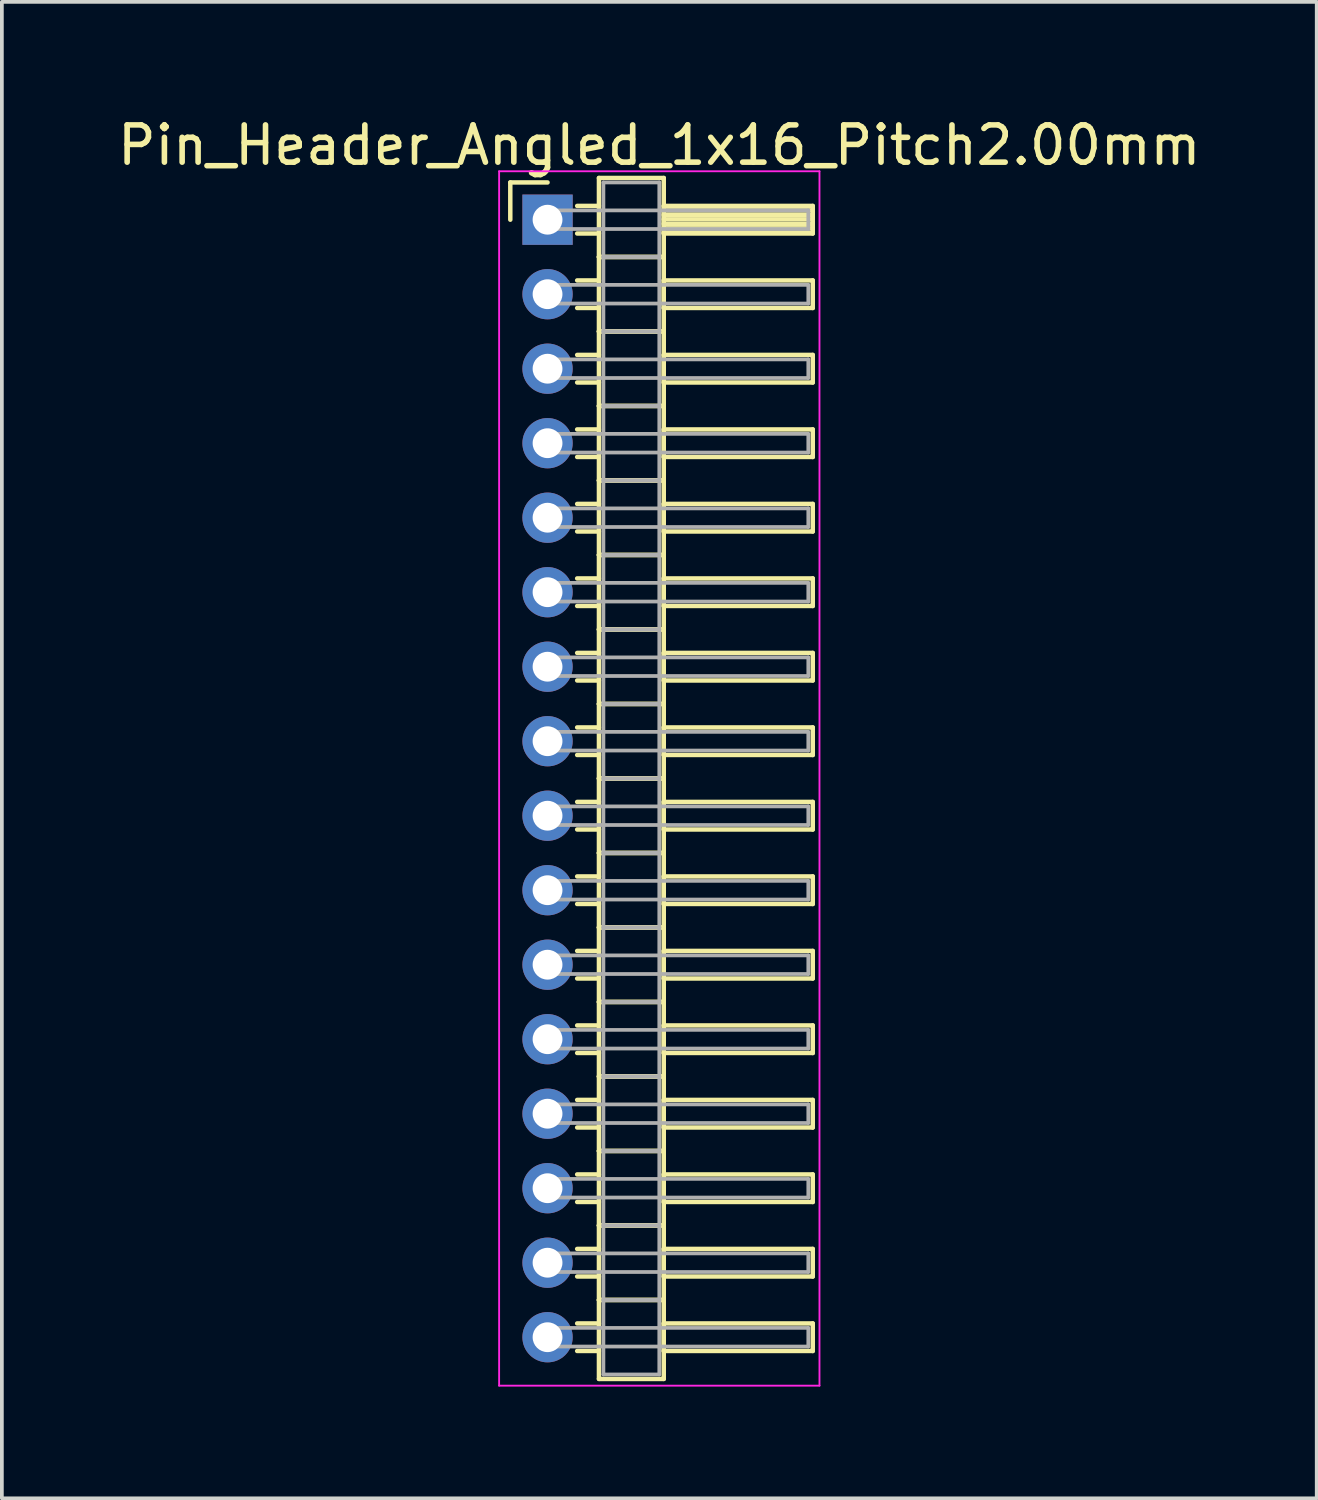
<source format=kicad_pcb>
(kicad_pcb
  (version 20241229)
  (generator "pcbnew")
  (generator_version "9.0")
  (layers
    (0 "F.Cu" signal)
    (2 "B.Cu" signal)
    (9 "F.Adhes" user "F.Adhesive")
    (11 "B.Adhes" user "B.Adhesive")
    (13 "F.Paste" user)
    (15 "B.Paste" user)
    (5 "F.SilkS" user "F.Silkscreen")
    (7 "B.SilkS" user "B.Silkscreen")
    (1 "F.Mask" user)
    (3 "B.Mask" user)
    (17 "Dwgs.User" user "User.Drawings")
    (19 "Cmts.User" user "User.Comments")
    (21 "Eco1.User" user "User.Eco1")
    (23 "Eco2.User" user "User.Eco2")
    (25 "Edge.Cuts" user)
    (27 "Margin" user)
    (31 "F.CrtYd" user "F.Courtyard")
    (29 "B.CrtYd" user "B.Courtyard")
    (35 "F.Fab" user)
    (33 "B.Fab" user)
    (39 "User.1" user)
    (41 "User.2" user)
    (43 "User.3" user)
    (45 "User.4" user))
  (footprint "Pin_Header_Angled_1x16_Pitch2.00mm"
    (layer "F.Cu")
    (at 11.649 2.848)
    (property "Reference" "Pin_Header_Angled_1x16_Pitch2.00mm" (at 3 -2 0) (layer "F.SilkS") (effects (font (size 1 1) (thickness 0.15))))
    (attr through_hole)
    (fp_line (start -1 -1) (end 0 -1) (stroke (width 0.12) (type solid)) (layer "F.SilkS"))
    (fp_line (start -1 0) (end -1 -1) (stroke (width 0.12) (type solid)) (layer "F.SilkS"))
    (fp_line (start 0.795 -0.37) (end 1.38 -0.37) (stroke (width 0.12) (type solid)) (layer "F.SilkS"))
    (fp_line (start 0.795 0.37) (end 1.38 0.37) (stroke (width 0.12) (type solid)) (layer "F.SilkS"))
    (fp_line (start 0.795 1.63) (end 1.38 1.63) (stroke (width 0.12) (type solid)) (layer "F.SilkS"))
    (fp_line (start 0.795 2.37) (end 1.38 2.37) (stroke (width 0.12) (type solid)) (layer "F.SilkS"))
    (fp_line (start 0.795 3.63) (end 1.38 3.63) (stroke (width 0.12) (type solid)) (layer "F.SilkS"))
    (fp_line (start 0.795 4.37) (end 1.38 4.37) (stroke (width 0.12) (type solid)) (layer "F.SilkS"))
    (fp_line (start 0.795 5.63) (end 1.38 5.63) (stroke (width 0.12) (type solid)) (layer "F.SilkS"))
    (fp_line (start 0.795 6.37) (end 1.38 6.37) (stroke (width 0.12) (type solid)) (layer "F.SilkS"))
    (fp_line (start 0.795 7.63) (end 1.38 7.63) (stroke (width 0.12) (type solid)) (layer "F.SilkS"))
    (fp_line (start 0.795 8.37) (end 1.38 8.37) (stroke (width 0.12) (type solid)) (layer "F.SilkS"))
    (fp_line (start 0.795 9.63) (end 1.38 9.63) (stroke (width 0.12) (type solid)) (layer "F.SilkS"))
    (fp_line (start 0.795 10.37) (end 1.38 10.37) (stroke (width 0.12) (type solid)) (layer "F.SilkS"))
    (fp_line (start 0.795 11.63) (end 1.38 11.63) (stroke (width 0.12) (type solid)) (layer "F.SilkS"))
    (fp_line (start 0.795 12.37) (end 1.38 12.37) (stroke (width 0.12) (type solid)) (layer "F.SilkS"))
    (fp_line (start 0.795 13.63) (end 1.38 13.63) (stroke (width 0.12) (type solid)) (layer "F.SilkS"))
    (fp_line (start 0.795 14.37) (end 1.38 14.37) (stroke (width 0.12) (type solid)) (layer "F.SilkS"))
    (fp_line (start 0.795 15.63) (end 1.38 15.63) (stroke (width 0.12) (type solid)) (layer "F.SilkS"))
    (fp_line (start 0.795 16.37) (end 1.38 16.37) (stroke (width 0.12) (type solid)) (layer "F.SilkS"))
    (fp_line (start 0.795 17.63) (end 1.38 17.63) (stroke (width 0.12) (type solid)) (layer "F.SilkS"))
    (fp_line (start 0.795 18.37) (end 1.38 18.37) (stroke (width 0.12) (type solid)) (layer "F.SilkS"))
    (fp_line (start 0.795 19.63) (end 1.38 19.63) (stroke (width 0.12) (type solid)) (layer "F.SilkS"))
    (fp_line (start 0.795 20.37) (end 1.38 20.37) (stroke (width 0.12) (type solid)) (layer "F.SilkS"))
    (fp_line (start 0.795 21.63) (end 1.38 21.63) (stroke (width 0.12) (type solid)) (layer "F.SilkS"))
    (fp_line (start 0.795 22.37) (end 1.38 22.37) (stroke (width 0.12) (type solid)) (layer "F.SilkS"))
    (fp_line (start 0.795 23.63) (end 1.38 23.63) (stroke (width 0.12) (type solid)) (layer "F.SilkS"))
    (fp_line (start 0.795 24.37) (end 1.38 24.37) (stroke (width 0.12) (type solid)) (layer "F.SilkS"))
    (fp_line (start 0.795 25.63) (end 1.38 25.63) (stroke (width 0.12) (type solid)) (layer "F.SilkS"))
    (fp_line (start 0.795 26.37) (end 1.38 26.37) (stroke (width 0.12) (type solid)) (layer "F.SilkS"))
    (fp_line (start 0.795 27.63) (end 1.38 27.63) (stroke (width 0.12) (type solid)) (layer "F.SilkS"))
    (fp_line (start 0.795 28.37) (end 1.38 28.37) (stroke (width 0.12) (type solid)) (layer "F.SilkS"))
    (fp_line (start 0.795 29.63) (end 1.38 29.63) (stroke (width 0.12) (type solid)) (layer "F.SilkS"))
    (fp_line (start 0.795 30.37) (end 1.38 30.37) (stroke (width 0.12) (type solid)) (layer "F.SilkS"))
    (fp_line (start 1.38 -1.12) (end 1.38 1) (stroke (width 0.12) (type solid)) (layer "F.SilkS"))
    (fp_line (start 1.38 1) (end 1.38 3) (stroke (width 0.12) (type solid)) (layer "F.SilkS"))
    (fp_line (start 1.38 1) (end 3.12 1) (stroke (width 0.12) (type solid)) (layer "F.SilkS"))
    (fp_line (start 1.38 3) (end 1.38 5) (stroke (width 0.12) (type solid)) (layer "F.SilkS"))
    (fp_line (start 1.38 3) (end 3.12 3) (stroke (width 0.12) (type solid)) (layer "F.SilkS"))
    (fp_line (start 1.38 5) (end 1.38 7) (stroke (width 0.12) (type solid)) (layer "F.SilkS"))
    (fp_line (start 1.38 5) (end 3.12 5) (stroke (width 0.12) (type solid)) (layer "F.SilkS"))
    (fp_line (start 1.38 7) (end 1.38 9) (stroke (width 0.12) (type solid)) (layer "F.SilkS"))
    (fp_line (start 1.38 7) (end 3.12 7) (stroke (width 0.12) (type solid)) (layer "F.SilkS"))
    (fp_line (start 1.38 9) (end 1.38 11) (stroke (width 0.12) (type solid)) (layer "F.SilkS"))
    (fp_line (start 1.38 9) (end 3.12 9) (stroke (width 0.12) (type solid)) (layer "F.SilkS"))
    (fp_line (start 1.38 11) (end 1.38 13) (stroke (width 0.12) (type solid)) (layer "F.SilkS"))
    (fp_line (start 1.38 11) (end 3.12 11) (stroke (width 0.12) (type solid)) (layer "F.SilkS"))
    (fp_line (start 1.38 13) (end 1.38 15) (stroke (width 0.12) (type solid)) (layer "F.SilkS"))
    (fp_line (start 1.38 13) (end 3.12 13) (stroke (width 0.12) (type solid)) (layer "F.SilkS"))
    (fp_line (start 1.38 15) (end 1.38 17) (stroke (width 0.12) (type solid)) (layer "F.SilkS"))
    (fp_line (start 1.38 15) (end 3.12 15) (stroke (width 0.12) (type solid)) (layer "F.SilkS"))
    (fp_line (start 1.38 17) (end 1.38 19) (stroke (width 0.12) (type solid)) (layer "F.SilkS"))
    (fp_line (start 1.38 17) (end 3.12 17) (stroke (width 0.12) (type solid)) (layer "F.SilkS"))
    (fp_line (start 1.38 19) (end 1.38 21) (stroke (width 0.12) (type solid)) (layer "F.SilkS"))
    (fp_line (start 1.38 19) (end 3.12 19) (stroke (width 0.12) (type solid)) (layer "F.SilkS"))
    (fp_line (start 1.38 21) (end 1.38 23) (stroke (width 0.12) (type solid)) (layer "F.SilkS"))
    (fp_line (start 1.38 21) (end 3.12 21) (stroke (width 0.12) (type solid)) (layer "F.SilkS"))
    (fp_line (start 1.38 23) (end 1.38 25) (stroke (width 0.12) (type solid)) (layer "F.SilkS"))
    (fp_line (start 1.38 23) (end 3.12 23) (stroke (width 0.12) (type solid)) (layer "F.SilkS"))
    (fp_line (start 1.38 25) (end 1.38 27) (stroke (width 0.12) (type solid)) (layer "F.SilkS"))
    (fp_line (start 1.38 25) (end 3.12 25) (stroke (width 0.12) (type solid)) (layer "F.SilkS"))
    (fp_line (start 1.38 27) (end 1.38 29) (stroke (width 0.12) (type solid)) (layer "F.SilkS"))
    (fp_line (start 1.38 27) (end 3.12 27) (stroke (width 0.12) (type solid)) (layer "F.SilkS"))
    (fp_line (start 1.38 29) (end 1.38 31.12) (stroke (width 0.12) (type solid)) (layer "F.SilkS"))
    (fp_line (start 1.38 29) (end 3.12 29) (stroke (width 0.12) (type solid)) (layer "F.SilkS"))
    (fp_line (start 1.38 31.12) (end 3.12 31.12) (stroke (width 0.12) (type solid)) (layer "F.SilkS"))
    (fp_line (start 3.12 -1.12) (end 1.38 -1.12) (stroke (width 0.12) (type solid)) (layer "F.SilkS"))
    (fp_line (start 3.12 -0.37) (end 3.12 0.37) (stroke (width 0.12) (type solid)) (layer "F.SilkS"))
    (fp_line (start 3.12 -0.25) (end 7.12 -0.25) (stroke (width 0.12) (type solid)) (layer "F.SilkS"))
    (fp_line (start 3.12 -0.13) (end 7.12 -0.13) (stroke (width 0.12) (type solid)) (layer "F.SilkS"))
    (fp_line (start 3.12 -0.01) (end 7.12 -0.01) (stroke (width 0.12) (type solid)) (layer "F.SilkS"))
    (fp_line (start 3.12 0.11) (end 7.12 0.11) (stroke (width 0.12) (type solid)) (layer "F.SilkS"))
    (fp_line (start 3.12 0.23) (end 7.12 0.23) (stroke (width 0.12) (type solid)) (layer "F.SilkS"))
    (fp_line (start 3.12 0.35) (end 7.12 0.35) (stroke (width 0.12) (type solid)) (layer "F.SilkS"))
    (fp_line (start 3.12 0.37) (end 7.12 0.37) (stroke (width 0.12) (type solid)) (layer "F.SilkS"))
    (fp_line (start 3.12 1) (end 1.38 1) (stroke (width 0.12) (type solid)) (layer "F.SilkS"))
    (fp_line (start 3.12 1) (end 3.12 -1.12) (stroke (width 0.12) (type solid)) (layer "F.SilkS"))
    (fp_line (start 3.12 1.63) (end 3.12 2.37) (stroke (width 0.12) (type solid)) (layer "F.SilkS"))
    (fp_line (start 3.12 2.37) (end 7.12 2.37) (stroke (width 0.12) (type solid)) (layer "F.SilkS"))
    (fp_line (start 3.12 3) (end 1.38 3) (stroke (width 0.12) (type solid)) (layer "F.SilkS"))
    (fp_line (start 3.12 3) (end 3.12 1) (stroke (width 0.12) (type solid)) (layer "F.SilkS"))
    (fp_line (start 3.12 3.63) (end 3.12 4.37) (stroke (width 0.12) (type solid)) (layer "F.SilkS"))
    (fp_line (start 3.12 4.37) (end 7.12 4.37) (stroke (width 0.12) (type solid)) (layer "F.SilkS"))
    (fp_line (start 3.12 5) (end 1.38 5) (stroke (width 0.12) (type solid)) (layer "F.SilkS"))
    (fp_line (start 3.12 5) (end 3.12 3) (stroke (width 0.12) (type solid)) (layer "F.SilkS"))
    (fp_line (start 3.12 5.63) (end 3.12 6.37) (stroke (width 0.12) (type solid)) (layer "F.SilkS"))
    (fp_line (start 3.12 6.37) (end 7.12 6.37) (stroke (width 0.12) (type solid)) (layer "F.SilkS"))
    (fp_line (start 3.12 7) (end 1.38 7) (stroke (width 0.12) (type solid)) (layer "F.SilkS"))
    (fp_line (start 3.12 7) (end 3.12 5) (stroke (width 0.12) (type solid)) (layer "F.SilkS"))
    (fp_line (start 3.12 7.63) (end 3.12 8.37) (stroke (width 0.12) (type solid)) (layer "F.SilkS"))
    (fp_line (start 3.12 8.37) (end 7.12 8.37) (stroke (width 0.12) (type solid)) (layer "F.SilkS"))
    (fp_line (start 3.12 9) (end 1.38 9) (stroke (width 0.12) (type solid)) (layer "F.SilkS"))
    (fp_line (start 3.12 9) (end 3.12 7) (stroke (width 0.12) (type solid)) (layer "F.SilkS"))
    (fp_line (start 3.12 9.63) (end 3.12 10.37) (stroke (width 0.12) (type solid)) (layer "F.SilkS"))
    (fp_line (start 3.12 10.37) (end 7.12 10.37) (stroke (width 0.12) (type solid)) (layer "F.SilkS"))
    (fp_line (start 3.12 11) (end 1.38 11) (stroke (width 0.12) (type solid)) (layer "F.SilkS"))
    (fp_line (start 3.12 11) (end 3.12 9) (stroke (width 0.12) (type solid)) (layer "F.SilkS"))
    (fp_line (start 3.12 11.63) (end 3.12 12.37) (stroke (width 0.12) (type solid)) (layer "F.SilkS"))
    (fp_line (start 3.12 12.37) (end 7.12 12.37) (stroke (width 0.12) (type solid)) (layer "F.SilkS"))
    (fp_line (start 3.12 13) (end 1.38 13) (stroke (width 0.12) (type solid)) (layer "F.SilkS"))
    (fp_line (start 3.12 13) (end 3.12 11) (stroke (width 0.12) (type solid)) (layer "F.SilkS"))
    (fp_line (start 3.12 13.63) (end 3.12 14.37) (stroke (width 0.12) (type solid)) (layer "F.SilkS"))
    (fp_line (start 3.12 14.37) (end 7.12 14.37) (stroke (width 0.12) (type solid)) (layer "F.SilkS"))
    (fp_line (start 3.12 15) (end 1.38 15) (stroke (width 0.12) (type solid)) (layer "F.SilkS"))
    (fp_line (start 3.12 15) (end 3.12 13) (stroke (width 0.12) (type solid)) (layer "F.SilkS"))
    (fp_line (start 3.12 15.63) (end 3.12 16.37) (stroke (width 0.12) (type solid)) (layer "F.SilkS"))
    (fp_line (start 3.12 16.37) (end 7.12 16.37) (stroke (width 0.12) (type solid)) (layer "F.SilkS"))
    (fp_line (start 3.12 17) (end 1.38 17) (stroke (width 0.12) (type solid)) (layer "F.SilkS"))
    (fp_line (start 3.12 17) (end 3.12 15) (stroke (width 0.12) (type solid)) (layer "F.SilkS"))
    (fp_line (start 3.12 17.63) (end 3.12 18.37) (stroke (width 0.12) (type solid)) (layer "F.SilkS"))
    (fp_line (start 3.12 18.37) (end 7.12 18.37) (stroke (width 0.12) (type solid)) (layer "F.SilkS"))
    (fp_line (start 3.12 19) (end 1.38 19) (stroke (width 0.12) (type solid)) (layer "F.SilkS"))
    (fp_line (start 3.12 19) (end 3.12 17) (stroke (width 0.12) (type solid)) (layer "F.SilkS"))
    (fp_line (start 3.12 19.63) (end 3.12 20.37) (stroke (width 0.12) (type solid)) (layer "F.SilkS"))
    (fp_line (start 3.12 20.37) (end 7.12 20.37) (stroke (width 0.12) (type solid)) (layer "F.SilkS"))
    (fp_line (start 3.12 21) (end 1.38 21) (stroke (width 0.12) (type solid)) (layer "F.SilkS"))
    (fp_line (start 3.12 21) (end 3.12 19) (stroke (width 0.12) (type solid)) (layer "F.SilkS"))
    (fp_line (start 3.12 21.63) (end 3.12 22.37) (stroke (width 0.12) (type solid)) (layer "F.SilkS"))
    (fp_line (start 3.12 22.37) (end 7.12 22.37) (stroke (width 0.12) (type solid)) (layer "F.SilkS"))
    (fp_line (start 3.12 23) (end 1.38 23) (stroke (width 0.12) (type solid)) (layer "F.SilkS"))
    (fp_line (start 3.12 23) (end 3.12 21) (stroke (width 0.12) (type solid)) (layer "F.SilkS"))
    (fp_line (start 3.12 23.63) (end 3.12 24.37) (stroke (width 0.12) (type solid)) (layer "F.SilkS"))
    (fp_line (start 3.12 24.37) (end 7.12 24.37) (stroke (width 0.12) (type solid)) (layer "F.SilkS"))
    (fp_line (start 3.12 25) (end 1.38 25) (stroke (width 0.12) (type solid)) (layer "F.SilkS"))
    (fp_line (start 3.12 25) (end 3.12 23) (stroke (width 0.12) (type solid)) (layer "F.SilkS"))
    (fp_line (start 3.12 25.63) (end 3.12 26.37) (stroke (width 0.12) (type solid)) (layer "F.SilkS"))
    (fp_line (start 3.12 26.37) (end 7.12 26.37) (stroke (width 0.12) (type solid)) (layer "F.SilkS"))
    (fp_line (start 3.12 27) (end 1.38 27) (stroke (width 0.12) (type solid)) (layer "F.SilkS"))
    (fp_line (start 3.12 27) (end 3.12 25) (stroke (width 0.12) (type solid)) (layer "F.SilkS"))
    (fp_line (start 3.12 27.63) (end 3.12 28.37) (stroke (width 0.12) (type solid)) (layer "F.SilkS"))
    (fp_line (start 3.12 28.37) (end 7.12 28.37) (stroke (width 0.12) (type solid)) (layer "F.SilkS"))
    (fp_line (start 3.12 29) (end 1.38 29) (stroke (width 0.12) (type solid)) (layer "F.SilkS"))
    (fp_line (start 3.12 29) (end 3.12 27) (stroke (width 0.12) (type solid)) (layer "F.SilkS"))
    (fp_line (start 3.12 29.63) (end 3.12 30.37) (stroke (width 0.12) (type solid)) (layer "F.SilkS"))
    (fp_line (start 3.12 30.37) (end 7.12 30.37) (stroke (width 0.12) (type solid)) (layer "F.SilkS"))
    (fp_line (start 3.12 31.12) (end 3.12 29) (stroke (width 0.12) (type solid)) (layer "F.SilkS"))
    (fp_line (start 7.12 -0.37) (end 3.12 -0.37) (stroke (width 0.12) (type solid)) (layer "F.SilkS"))
    (fp_line (start 7.12 0.37) (end 7.12 -0.37) (stroke (width 0.12) (type solid)) (layer "F.SilkS"))
    (fp_line (start 7.12 1.63) (end 3.12 1.63) (stroke (width 0.12) (type solid)) (layer "F.SilkS"))
    (fp_line (start 7.12 2.37) (end 7.12 1.63) (stroke (width 0.12) (type solid)) (layer "F.SilkS"))
    (fp_line (start 7.12 3.63) (end 3.12 3.63) (stroke (width 0.12) (type solid)) (layer "F.SilkS"))
    (fp_line (start 7.12 4.37) (end 7.12 3.63) (stroke (width 0.12) (type solid)) (layer "F.SilkS"))
    (fp_line (start 7.12 5.63) (end 3.12 5.63) (stroke (width 0.12) (type solid)) (layer "F.SilkS"))
    (fp_line (start 7.12 6.37) (end 7.12 5.63) (stroke (width 0.12) (type solid)) (layer "F.SilkS"))
    (fp_line (start 7.12 7.63) (end 3.12 7.63) (stroke (width 0.12) (type solid)) (layer "F.SilkS"))
    (fp_line (start 7.12 8.37) (end 7.12 7.63) (stroke (width 0.12) (type solid)) (layer "F.SilkS"))
    (fp_line (start 7.12 9.63) (end 3.12 9.63) (stroke (width 0.12) (type solid)) (layer "F.SilkS"))
    (fp_line (start 7.12 10.37) (end 7.12 9.63) (stroke (width 0.12) (type solid)) (layer "F.SilkS"))
    (fp_line (start 7.12 11.63) (end 3.12 11.63) (stroke (width 0.12) (type solid)) (layer "F.SilkS"))
    (fp_line (start 7.12 12.37) (end 7.12 11.63) (stroke (width 0.12) (type solid)) (layer "F.SilkS"))
    (fp_line (start 7.12 13.63) (end 3.12 13.63) (stroke (width 0.12) (type solid)) (layer "F.SilkS"))
    (fp_line (start 7.12 14.37) (end 7.12 13.63) (stroke (width 0.12) (type solid)) (layer "F.SilkS"))
    (fp_line (start 7.12 15.63) (end 3.12 15.63) (stroke (width 0.12) (type solid)) (layer "F.SilkS"))
    (fp_line (start 7.12 16.37) (end 7.12 15.63) (stroke (width 0.12) (type solid)) (layer "F.SilkS"))
    (fp_line (start 7.12 17.63) (end 3.12 17.63) (stroke (width 0.12) (type solid)) (layer "F.SilkS"))
    (fp_line (start 7.12 18.37) (end 7.12 17.63) (stroke (width 0.12) (type solid)) (layer "F.SilkS"))
    (fp_line (start 7.12 19.63) (end 3.12 19.63) (stroke (width 0.12) (type solid)) (layer "F.SilkS"))
    (fp_line (start 7.12 20.37) (end 7.12 19.63) (stroke (width 0.12) (type solid)) (layer "F.SilkS"))
    (fp_line (start 7.12 21.63) (end 3.12 21.63) (stroke (width 0.12) (type solid)) (layer "F.SilkS"))
    (fp_line (start 7.12 22.37) (end 7.12 21.63) (stroke (width 0.12) (type solid)) (layer "F.SilkS"))
    (fp_line (start 7.12 23.63) (end 3.12 23.63) (stroke (width 0.12) (type solid)) (layer "F.SilkS"))
    (fp_line (start 7.12 24.37) (end 7.12 23.63) (stroke (width 0.12) (type solid)) (layer "F.SilkS"))
    (fp_line (start 7.12 25.63) (end 3.12 25.63) (stroke (width 0.12) (type solid)) (layer "F.SilkS"))
    (fp_line (start 7.12 26.37) (end 7.12 25.63) (stroke (width 0.12) (type solid)) (layer "F.SilkS"))
    (fp_line (start 7.12 27.63) (end 3.12 27.63) (stroke (width 0.12) (type solid)) (layer "F.SilkS"))
    (fp_line (start 7.12 28.37) (end 7.12 27.63) (stroke (width 0.12) (type solid)) (layer "F.SilkS"))
    (fp_line (start 7.12 29.63) (end 3.12 29.63) (stroke (width 0.12) (type solid)) (layer "F.SilkS"))
    (fp_line (start 7.12 30.37) (end 7.12 29.63) (stroke (width 0.12) (type solid)) (layer "F.SilkS"))
    (fp_line (start -1.3 -1.3) (end -1.3 31.3) (stroke (width 0.05) (type solid)) (layer "F.CrtYd"))
    (fp_line (start -1.3 31.3) (end 7.3 31.3) (stroke (width 0.05) (type solid)) (layer "F.CrtYd"))
    (fp_line (start 7.3 -1.3) (end -1.3 -1.3) (stroke (width 0.05) (type solid)) (layer "F.CrtYd"))
    (fp_line (start 7.3 31.3) (end 7.3 -1.3) (stroke (width 0.05) (type solid)) (layer "F.CrtYd"))
    (fp_line (start 0 -0.25) (end 0 0.25) (stroke (width 0.1) (type solid)) (layer "F.Fab"))
    (fp_line (start 0 0.25) (end 7 0.25) (stroke (width 0.1) (type solid)) (layer "F.Fab"))
    (fp_line (start 0 1.75) (end 0 2.25) (stroke (width 0.1) (type solid)) (layer "F.Fab"))
    (fp_line (start 0 2.25) (end 7 2.25) (stroke (width 0.1) (type solid)) (layer "F.Fab"))
    (fp_line (start 0 3.75) (end 0 4.25) (stroke (width 0.1) (type solid)) (layer "F.Fab"))
    (fp_line (start 0 4.25) (end 7 4.25) (stroke (width 0.1) (type solid)) (layer "F.Fab"))
    (fp_line (start 0 5.75) (end 0 6.25) (stroke (width 0.1) (type solid)) (layer "F.Fab"))
    (fp_line (start 0 6.25) (end 7 6.25) (stroke (width 0.1) (type solid)) (layer "F.Fab"))
    (fp_line (start 0 7.75) (end 0 8.25) (stroke (width 0.1) (type solid)) (layer "F.Fab"))
    (fp_line (start 0 8.25) (end 7 8.25) (stroke (width 0.1) (type solid)) (layer "F.Fab"))
    (fp_line (start 0 9.75) (end 0 10.25) (stroke (width 0.1) (type solid)) (layer "F.Fab"))
    (fp_line (start 0 10.25) (end 7 10.25) (stroke (width 0.1) (type solid)) (layer "F.Fab"))
    (fp_line (start 0 11.75) (end 0 12.25) (stroke (width 0.1) (type solid)) (layer "F.Fab"))
    (fp_line (start 0 12.25) (end 7 12.25) (stroke (width 0.1) (type solid)) (layer "F.Fab"))
    (fp_line (start 0 13.75) (end 0 14.25) (stroke (width 0.1) (type solid)) (layer "F.Fab"))
    (fp_line (start 0 14.25) (end 7 14.25) (stroke (width 0.1) (type solid)) (layer "F.Fab"))
    (fp_line (start 0 15.75) (end 0 16.25) (stroke (width 0.1) (type solid)) (layer "F.Fab"))
    (fp_line (start 0 16.25) (end 7 16.25) (stroke (width 0.1) (type solid)) (layer "F.Fab"))
    (fp_line (start 0 17.75) (end 0 18.25) (stroke (width 0.1) (type solid)) (layer "F.Fab"))
    (fp_line (start 0 18.25) (end 7 18.25) (stroke (width 0.1) (type solid)) (layer "F.Fab"))
    (fp_line (start 0 19.75) (end 0 20.25) (stroke (width 0.1) (type solid)) (layer "F.Fab"))
    (fp_line (start 0 20.25) (end 7 20.25) (stroke (width 0.1) (type solid)) (layer "F.Fab"))
    (fp_line (start 0 21.75) (end 0 22.25) (stroke (width 0.1) (type solid)) (layer "F.Fab"))
    (fp_line (start 0 22.25) (end 7 22.25) (stroke (width 0.1) (type solid)) (layer "F.Fab"))
    (fp_line (start 0 23.75) (end 0 24.25) (stroke (width 0.1) (type solid)) (layer "F.Fab"))
    (fp_line (start 0 24.25) (end 7 24.25) (stroke (width 0.1) (type solid)) (layer "F.Fab"))
    (fp_line (start 0 25.75) (end 0 26.25) (stroke (width 0.1) (type solid)) (layer "F.Fab"))
    (fp_line (start 0 26.25) (end 7 26.25) (stroke (width 0.1) (type solid)) (layer "F.Fab"))
    (fp_line (start 0 27.75) (end 0 28.25) (stroke (width 0.1) (type solid)) (layer "F.Fab"))
    (fp_line (start 0 28.25) (end 7 28.25) (stroke (width 0.1) (type solid)) (layer "F.Fab"))
    (fp_line (start 0 29.75) (end 0 30.25) (stroke (width 0.1) (type solid)) (layer "F.Fab"))
    (fp_line (start 0 30.25) (end 7 30.25) (stroke (width 0.1) (type solid)) (layer "F.Fab"))
    (fp_line (start 1.5 -1) (end 1.5 1) (stroke (width 0.1) (type solid)) (layer "F.Fab"))
    (fp_line (start 1.5 1) (end 1.5 3) (stroke (width 0.1) (type solid)) (layer "F.Fab"))
    (fp_line (start 1.5 1) (end 3 1) (stroke (width 0.1) (type solid)) (layer "F.Fab"))
    (fp_line (start 1.5 3) (end 1.5 5) (stroke (width 0.1) (type solid)) (layer "F.Fab"))
    (fp_line (start 1.5 3) (end 3 3) (stroke (width 0.1) (type solid)) (layer "F.Fab"))
    (fp_line (start 1.5 5) (end 1.5 7) (stroke (width 0.1) (type solid)) (layer "F.Fab"))
    (fp_line (start 1.5 5) (end 3 5) (stroke (width 0.1) (type solid)) (layer "F.Fab"))
    (fp_line (start 1.5 7) (end 1.5 9) (stroke (width 0.1) (type solid)) (layer "F.Fab"))
    (fp_line (start 1.5 7) (end 3 7) (stroke (width 0.1) (type solid)) (layer "F.Fab"))
    (fp_line (start 1.5 9) (end 1.5 11) (stroke (width 0.1) (type solid)) (layer "F.Fab"))
    (fp_line (start 1.5 9) (end 3 9) (stroke (width 0.1) (type solid)) (layer "F.Fab"))
    (fp_line (start 1.5 11) (end 1.5 13) (stroke (width 0.1) (type solid)) (layer "F.Fab"))
    (fp_line (start 1.5 11) (end 3 11) (stroke (width 0.1) (type solid)) (layer "F.Fab"))
    (fp_line (start 1.5 13) (end 1.5 15) (stroke (width 0.1) (type solid)) (layer "F.Fab"))
    (fp_line (start 1.5 13) (end 3 13) (stroke (width 0.1) (type solid)) (layer "F.Fab"))
    (fp_line (start 1.5 15) (end 1.5 17) (stroke (width 0.1) (type solid)) (layer "F.Fab"))
    (fp_line (start 1.5 15) (end 3 15) (stroke (width 0.1) (type solid)) (layer "F.Fab"))
    (fp_line (start 1.5 17) (end 1.5 19) (stroke (width 0.1) (type solid)) (layer "F.Fab"))
    (fp_line (start 1.5 17) (end 3 17) (stroke (width 0.1) (type solid)) (layer "F.Fab"))
    (fp_line (start 1.5 19) (end 1.5 21) (stroke (width 0.1) (type solid)) (layer "F.Fab"))
    (fp_line (start 1.5 19) (end 3 19) (stroke (width 0.1) (type solid)) (layer "F.Fab"))
    (fp_line (start 1.5 21) (end 1.5 23) (stroke (width 0.1) (type solid)) (layer "F.Fab"))
    (fp_line (start 1.5 21) (end 3 21) (stroke (width 0.1) (type solid)) (layer "F.Fab"))
    (fp_line (start 1.5 23) (end 1.5 25) (stroke (width 0.1) (type solid)) (layer "F.Fab"))
    (fp_line (start 1.5 23) (end 3 23) (stroke (width 0.1) (type solid)) (layer "F.Fab"))
    (fp_line (start 1.5 25) (end 1.5 27) (stroke (width 0.1) (type solid)) (layer "F.Fab"))
    (fp_line (start 1.5 25) (end 3 25) (stroke (width 0.1) (type solid)) (layer "F.Fab"))
    (fp_line (start 1.5 27) (end 1.5 29) (stroke (width 0.1) (type solid)) (layer "F.Fab"))
    (fp_line (start 1.5 27) (end 3 27) (stroke (width 0.1) (type solid)) (layer "F.Fab"))
    (fp_line (start 1.5 29) (end 1.5 31) (stroke (width 0.1) (type solid)) (layer "F.Fab"))
    (fp_line (start 1.5 29) (end 3 29) (stroke (width 0.1) (type solid)) (layer "F.Fab"))
    (fp_line (start 1.5 31) (end 3 31) (stroke (width 0.1) (type solid)) (layer "F.Fab"))
    (fp_line (start 3 -1) (end 1.5 -1) (stroke (width 0.1) (type solid)) (layer "F.Fab"))
    (fp_line (start 3 1) (end 1.5 1) (stroke (width 0.1) (type solid)) (layer "F.Fab"))
    (fp_line (start 3 1) (end 3 -1) (stroke (width 0.1) (type solid)) (layer "F.Fab"))
    (fp_line (start 3 3) (end 1.5 3) (stroke (width 0.1) (type solid)) (layer "F.Fab"))
    (fp_line (start 3 3) (end 3 1) (stroke (width 0.1) (type solid)) (layer "F.Fab"))
    (fp_line (start 3 5) (end 1.5 5) (stroke (width 0.1) (type solid)) (layer "F.Fab"))
    (fp_line (start 3 5) (end 3 3) (stroke (width 0.1) (type solid)) (layer "F.Fab"))
    (fp_line (start 3 7) (end 1.5 7) (stroke (width 0.1) (type solid)) (layer "F.Fab"))
    (fp_line (start 3 7) (end 3 5) (stroke (width 0.1) (type solid)) (layer "F.Fab"))
    (fp_line (start 3 9) (end 1.5 9) (stroke (width 0.1) (type solid)) (layer "F.Fab"))
    (fp_line (start 3 9) (end 3 7) (stroke (width 0.1) (type solid)) (layer "F.Fab"))
    (fp_line (start 3 11) (end 1.5 11) (stroke (width 0.1) (type solid)) (layer "F.Fab"))
    (fp_line (start 3 11) (end 3 9) (stroke (width 0.1) (type solid)) (layer "F.Fab"))
    (fp_line (start 3 13) (end 1.5 13) (stroke (width 0.1) (type solid)) (layer "F.Fab"))
    (fp_line (start 3 13) (end 3 11) (stroke (width 0.1) (type solid)) (layer "F.Fab"))
    (fp_line (start 3 15) (end 1.5 15) (stroke (width 0.1) (type solid)) (layer "F.Fab"))
    (fp_line (start 3 15) (end 3 13) (stroke (width 0.1) (type solid)) (layer "F.Fab"))
    (fp_line (start 3 17) (end 1.5 17) (stroke (width 0.1) (type solid)) (layer "F.Fab"))
    (fp_line (start 3 17) (end 3 15) (stroke (width 0.1) (type solid)) (layer "F.Fab"))
    (fp_line (start 3 19) (end 1.5 19) (stroke (width 0.1) (type solid)) (layer "F.Fab"))
    (fp_line (start 3 19) (end 3 17) (stroke (width 0.1) (type solid)) (layer "F.Fab"))
    (fp_line (start 3 21) (end 1.5 21) (stroke (width 0.1) (type solid)) (layer "F.Fab"))
    (fp_line (start 3 21) (end 3 19) (stroke (width 0.1) (type solid)) (layer "F.Fab"))
    (fp_line (start 3 23) (end 1.5 23) (stroke (width 0.1) (type solid)) (layer "F.Fab"))
    (fp_line (start 3 23) (end 3 21) (stroke (width 0.1) (type solid)) (layer "F.Fab"))
    (fp_line (start 3 25) (end 1.5 25) (stroke (width 0.1) (type solid)) (layer "F.Fab"))
    (fp_line (start 3 25) (end 3 23) (stroke (width 0.1) (type solid)) (layer "F.Fab"))
    (fp_line (start 3 27) (end 1.5 27) (stroke (width 0.1) (type solid)) (layer "F.Fab"))
    (fp_line (start 3 27) (end 3 25) (stroke (width 0.1) (type solid)) (layer "F.Fab"))
    (fp_line (start 3 29) (end 1.5 29) (stroke (width 0.1) (type solid)) (layer "F.Fab"))
    (fp_line (start 3 29) (end 3 27) (stroke (width 0.1) (type solid)) (layer "F.Fab"))
    (fp_line (start 3 31) (end 3 29) (stroke (width 0.1) (type solid)) (layer "F.Fab"))
    (fp_line (start 7 -0.25) (end 0 -0.25) (stroke (width 0.1) (type solid)) (layer "F.Fab"))
    (fp_line (start 7 0.25) (end 7 -0.25) (stroke (width 0.1) (type solid)) (layer "F.Fab"))
    (fp_line (start 7 1.75) (end 0 1.75) (stroke (width 0.1) (type solid)) (layer "F.Fab"))
    (fp_line (start 7 2.25) (end 7 1.75) (stroke (width 0.1) (type solid)) (layer "F.Fab"))
    (fp_line (start 7 3.75) (end 0 3.75) (stroke (width 0.1) (type solid)) (layer "F.Fab"))
    (fp_line (start 7 4.25) (end 7 3.75) (stroke (width 0.1) (type solid)) (layer "F.Fab"))
    (fp_line (start 7 5.75) (end 0 5.75) (stroke (width 0.1) (type solid)) (layer "F.Fab"))
    (fp_line (start 7 6.25) (end 7 5.75) (stroke (width 0.1) (type solid)) (layer "F.Fab"))
    (fp_line (start 7 7.75) (end 0 7.75) (stroke (width 0.1) (type solid)) (layer "F.Fab"))
    (fp_line (start 7 8.25) (end 7 7.75) (stroke (width 0.1) (type solid)) (layer "F.Fab"))
    (fp_line (start 7 9.75) (end 0 9.75) (stroke (width 0.1) (type solid)) (layer "F.Fab"))
    (fp_line (start 7 10.25) (end 7 9.75) (stroke (width 0.1) (type solid)) (layer "F.Fab"))
    (fp_line (start 7 11.75) (end 0 11.75) (stroke (width 0.1) (type solid)) (layer "F.Fab"))
    (fp_line (start 7 12.25) (end 7 11.75) (stroke (width 0.1) (type solid)) (layer "F.Fab"))
    (fp_line (start 7 13.75) (end 0 13.75) (stroke (width 0.1) (type solid)) (layer "F.Fab"))
    (fp_line (start 7 14.25) (end 7 13.75) (stroke (width 0.1) (type solid)) (layer "F.Fab"))
    (fp_line (start 7 15.75) (end 0 15.75) (stroke (width 0.1) (type solid)) (layer "F.Fab"))
    (fp_line (start 7 16.25) (end 7 15.75) (stroke (width 0.1) (type solid)) (layer "F.Fab"))
    (fp_line (start 7 17.75) (end 0 17.75) (stroke (width 0.1) (type solid)) (layer "F.Fab"))
    (fp_line (start 7 18.25) (end 7 17.75) (stroke (width 0.1) (type solid)) (layer "F.Fab"))
    (fp_line (start 7 19.75) (end 0 19.75) (stroke (width 0.1) (type solid)) (layer "F.Fab"))
    (fp_line (start 7 20.25) (end 7 19.75) (stroke (width 0.1) (type solid)) (layer "F.Fab"))
    (fp_line (start 7 21.75) (end 0 21.75) (stroke (width 0.1) (type solid)) (layer "F.Fab"))
    (fp_line (start 7 22.25) (end 7 21.75) (stroke (width 0.1) (type solid)) (layer "F.Fab"))
    (fp_line (start 7 23.75) (end 0 23.75) (stroke (width 0.1) (type solid)) (layer "F.Fab"))
    (fp_line (start 7 24.25) (end 7 23.75) (stroke (width 0.1) (type solid)) (layer "F.Fab"))
    (fp_line (start 7 25.75) (end 0 25.75) (stroke (width 0.1) (type solid)) (layer "F.Fab"))
    (fp_line (start 7 26.25) (end 7 25.75) (stroke (width 0.1) (type solid)) (layer "F.Fab"))
    (fp_line (start 7 27.75) (end 0 27.75) (stroke (width 0.1) (type solid)) (layer "F.Fab"))
    (fp_line (start 7 28.25) (end 7 27.75) (stroke (width 0.1) (type solid)) (layer "F.Fab"))
    (fp_line (start 7 29.75) (end 0 29.75) (stroke (width 0.1) (type solid)) (layer "F.Fab"))
    (fp_line (start 7 30.25) (end 7 29.75) (stroke (width 0.1) (type solid)) (layer "F.Fab"))
    (pad "1" thru_hole rect (at 0 0) (size 1.35 1.35) (drill 0.8) (layers "*.Cu" "*.Mask"))
    (pad "2" thru_hole oval (at 0 2) (size 1.35 1.35) (drill 0.8) (layers "*.Cu" "*.Mask"))
    (pad "3" thru_hole oval (at 0 4) (size 1.35 1.35) (drill 0.8) (layers "*.Cu" "*.Mask"))
    (pad "4" thru_hole oval (at 0 6) (size 1.35 1.35) (drill 0.8) (layers "*.Cu" "*.Mask"))
    (pad "5" thru_hole oval (at 0 8) (size 1.35 1.35) (drill 0.8) (layers "*.Cu" "*.Mask"))
    (pad "6" thru_hole oval (at 0 10) (size 1.35 1.35) (drill 0.8) (layers "*.Cu" "*.Mask"))
    (pad "7" thru_hole oval (at 0 12) (size 1.35 1.35) (drill 0.8) (layers "*.Cu" "*.Mask"))
    (pad "8" thru_hole oval (at 0 14) (size 1.35 1.35) (drill 0.8) (layers "*.Cu" "*.Mask"))
    (pad "9" thru_hole oval (at 0 16) (size 1.35 1.35) (drill 0.8) (layers "*.Cu" "*.Mask"))
    (pad "10" thru_hole oval (at 0 18) (size 1.35 1.35) (drill 0.8) (layers "*.Cu" "*.Mask"))
    (pad "11" thru_hole oval (at 0 20) (size 1.35 1.35) (drill 0.8) (layers "*.Cu" "*.Mask"))
    (pad "12" thru_hole oval (at 0 22) (size 1.35 1.35) (drill 0.8) (layers "*.Cu" "*.Mask"))
    (pad "13" thru_hole oval (at 0 24) (size 1.35 1.35) (drill 0.8) (layers "*.Cu" "*.Mask"))
    (pad "14" thru_hole oval (at 0 26) (size 1.35 1.35) (drill 0.8) (layers "*.Cu" "*.Mask"))
    (pad "15" thru_hole oval (at 0 28) (size 1.35 1.35) (drill 0.8) (layers "*.Cu" "*.Mask"))
    (pad "16" thru_hole oval (at 0 30) (size 1.35 1.35) (drill 0.8) (layers "*.Cu" "*.Mask")))
  (gr_rect
    (start -3 -3)
    (end 32.298 37.173)
    (stroke (width 0.1) (type default))
    (fill no)
    (layer "Edge.Cuts")))
</source>
